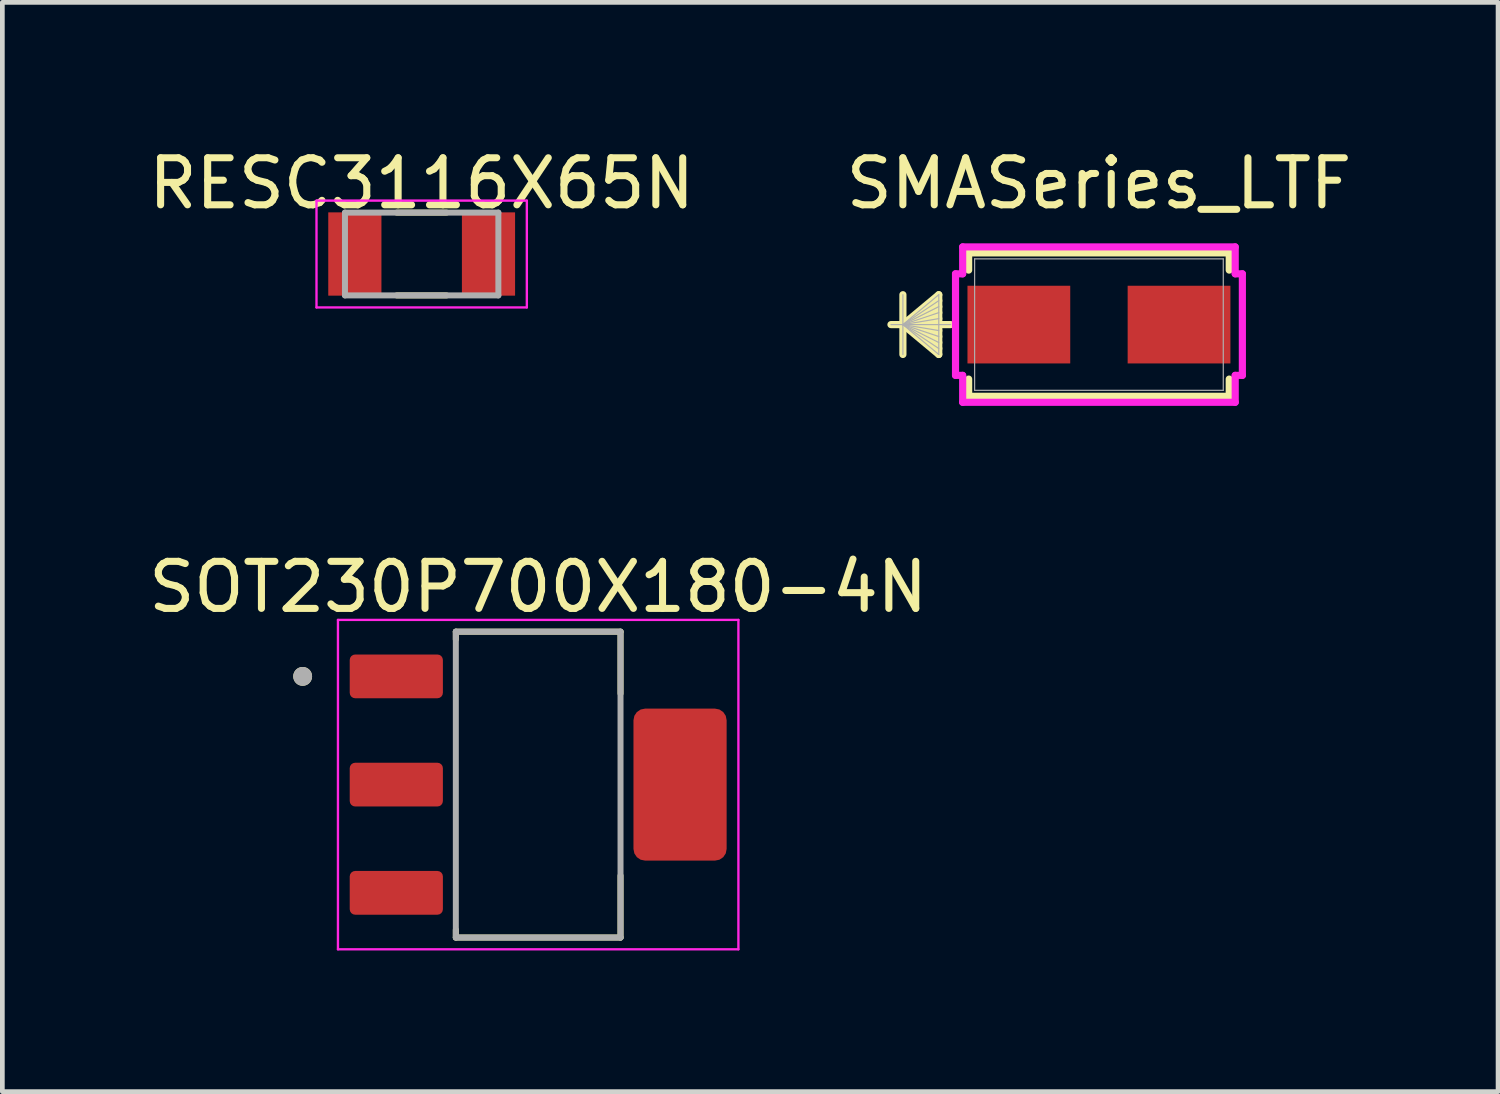
<source format=kicad_pcb>
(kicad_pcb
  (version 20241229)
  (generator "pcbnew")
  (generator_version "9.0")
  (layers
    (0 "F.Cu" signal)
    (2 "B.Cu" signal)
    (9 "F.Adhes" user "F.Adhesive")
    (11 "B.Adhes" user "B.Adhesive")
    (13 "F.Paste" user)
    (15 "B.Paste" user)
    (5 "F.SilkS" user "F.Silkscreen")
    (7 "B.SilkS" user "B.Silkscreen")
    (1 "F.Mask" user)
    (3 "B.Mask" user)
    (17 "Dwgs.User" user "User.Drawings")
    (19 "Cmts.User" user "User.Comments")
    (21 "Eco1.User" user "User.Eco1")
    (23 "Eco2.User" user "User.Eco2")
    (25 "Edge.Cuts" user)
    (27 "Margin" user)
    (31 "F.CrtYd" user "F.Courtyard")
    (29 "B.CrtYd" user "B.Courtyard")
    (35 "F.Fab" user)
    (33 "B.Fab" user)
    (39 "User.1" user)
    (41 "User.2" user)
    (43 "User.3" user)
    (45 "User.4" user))
  (footprint "SOT230P700X180-4N"
    (layer "F.Cu")
    (at 8.387 13.624)
    (property "Reference" "SOT230P700X180-4N" (at 0 -4.2 0) (layer "F.SilkS") (effects (font (size 1 1) (thickness 0.15))))
    (attr smd)
    (fp_line (start -1.75 -3.25) (end -1.75 -3.085) (stroke (width 0.127) (type solid)) (layer "F.SilkS"))
    (fp_line (start -1.75 3.25) (end -1.75 3.085) (stroke (width 0.127) (type solid)) (layer "F.SilkS"))
    (fp_line (start -1.75 3.25) (end 1.75 3.25) (stroke (width 0.127) (type solid)) (layer "F.SilkS"))
    (fp_line (start 1.75 -3.25) (end -1.75 -3.25) (stroke (width 0.127) (type solid)) (layer "F.SilkS"))
    (fp_line (start 1.75 -1.935) (end 1.75 -3.25) (stroke (width 0.127) (type solid)) (layer "F.SilkS"))
    (fp_line (start 1.75 3.25) (end 1.75 1.935) (stroke (width 0.127) (type solid)) (layer "F.SilkS"))
    (fp_circle (center -5.005 -2.3) (end -4.905 -2.3) (stroke (width 0.2) (type solid)) (fill no) (layer "F.SilkS"))
    (fp_line (start -4.255 -3.5) (end -4.255 3.5) (stroke (width 0.05) (type solid)) (layer "F.CrtYd"))
    (fp_line (start -4.255 3.5) (end 4.255 3.5) (stroke (width 0.05) (type solid)) (layer "F.CrtYd"))
    (fp_line (start 4.255 -3.5) (end -4.255 -3.5) (stroke (width 0.05) (type solid)) (layer "F.CrtYd"))
    (fp_line (start 4.255 3.5) (end 4.255 -3.5) (stroke (width 0.05) (type solid)) (layer "F.CrtYd"))
    (fp_line (start -1.75 -3.25) (end -1.75 3.25) (stroke (width 0.127) (type solid)) (layer "F.Fab"))
    (fp_line (start -1.75 3.25) (end 1.75 3.25) (stroke (width 0.127) (type solid)) (layer "F.Fab"))
    (fp_line (start 1.75 -3.25) (end -1.75 -3.25) (stroke (width 0.127) (type solid)) (layer "F.Fab"))
    (fp_line (start 1.75 3.25) (end 1.75 -3.25) (stroke (width 0.127) (type solid)) (layer "F.Fab"))
    (fp_circle (center -5.005 -2.3) (end -4.905 -2.3) (stroke (width 0.2) (type solid)) (fill no) (layer "F.Fab"))
    (pad "1" smd roundrect (at -3.015 -2.3) (size 1.98 0.93) (layers "F.Cu" "F.Mask" "F.Paste") (roundrect_rratio 0.125))
    (pad "2" smd roundrect (at -3.015 0) (size 1.98 0.93) (layers "F.Cu" "F.Mask" "F.Paste") (roundrect_rratio 0.125))
    (pad "3" smd roundrect (at -3.015 2.3) (size 1.98 0.93) (layers "F.Cu" "F.Mask" "F.Paste") (roundrect_rratio 0.125))
    (pad "4" smd roundrect (at 3.015 0) (size 1.98 3.23) (layers "F.Cu" "F.Mask" "F.Paste") (roundrect_rratio 0.125)))
  (footprint "RESC3116X65N"
    (layer "F.Cu")
    (at 5.911 2.348)
    (property "Reference" "RESC3116X65N" (at 0 -1.5 0) (layer "F.SilkS") (effects (font (size 1 1) (thickness 0.15))))
    (attr smd)
    (fp_line (start -0.53 -0.88) (end 0.53 -0.88) (stroke (width 0.127) (type solid)) (layer "F.SilkS"))
    (fp_line (start -0.53 0.88) (end 0.53 0.88) (stroke (width 0.127) (type solid)) (layer "F.SilkS"))
    (fp_line (start -2.235 -1.135) (end 2.235 -1.135) (stroke (width 0.05) (type solid)) (layer "F.CrtYd"))
    (fp_line (start -2.235 1.135) (end -2.235 -1.135) (stroke (width 0.05) (type solid)) (layer "F.CrtYd"))
    (fp_line (start -2.235 1.135) (end 2.235 1.135) (stroke (width 0.05) (type solid)) (layer "F.CrtYd"))
    (fp_line (start 2.235 1.135) (end 2.235 -1.135) (stroke (width 0.05) (type solid)) (layer "F.CrtYd"))
    (fp_line (start -1.63 0.88) (end -1.63 -0.88) (stroke (width 0.127) (type solid)) (layer "F.Fab"))
    (fp_line (start 1.63 -0.88) (end -1.63 -0.88) (stroke (width 0.127) (type solid)) (layer "F.Fab"))
    (fp_line (start 1.63 0.88) (end -1.63 0.88) (stroke (width 0.127) (type solid)) (layer "F.Fab"))
    (fp_line (start 1.63 0.88) (end 1.63 -0.88) (stroke (width 0.127) (type solid)) (layer "F.Fab"))
    (pad "1" smd rect (at -1.42 0) (size 1.13 1.77) (layers "F.Cu" "F.Mask" "F.Paste"))
    (pad "2" smd rect (at 1.42 0) (size 1.13 1.77) (layers "F.Cu" "F.Mask" "F.Paste")))
  (footprint "SMASeries_LTF"
    (layer "F.Cu")
    (at 20.304 3.848)
    (property "Reference" "SMASeries_LTF" (at 0 -3 0) (unlocked yes) (layer "F.SilkS") (effects (font (size 1 1) (thickness 0.15))))
    (attr smd)
    (fp_line (start -4.166 -0.635) (end -4.166 0.635) (stroke (width 0.152) (type solid)) (layer "F.SilkS"))
    (fp_line (start -4.166 0) (end -3.404 -0.635) (stroke (width 0.152) (type solid)) (layer "F.SilkS"))
    (fp_line (start -4.166 0) (end -3.404 -0.508) (stroke (width 0.152) (type solid)) (layer "F.SilkS"))
    (fp_line (start -4.166 0) (end -3.404 -0.381) (stroke (width 0.152) (type solid)) (layer "F.SilkS"))
    (fp_line (start -4.166 0) (end -3.404 -0.254) (stroke (width 0.152) (type solid)) (layer "F.SilkS"))
    (fp_line (start -4.166 0) (end -3.404 -0.127) (stroke (width 0.152) (type solid)) (layer "F.SilkS"))
    (fp_line (start -4.166 0) (end -3.404 0.127) (stroke (width 0.152) (type solid)) (layer "F.SilkS"))
    (fp_line (start -4.166 0) (end -3.404 0.254) (stroke (width 0.152) (type solid)) (layer "F.SilkS"))
    (fp_line (start -4.166 0) (end -3.404 0.381) (stroke (width 0.152) (type solid)) (layer "F.SilkS"))
    (fp_line (start -4.166 0) (end -3.404 0.508) (stroke (width 0.152) (type solid)) (layer "F.SilkS"))
    (fp_line (start -4.166 0) (end -3.404 0.635) (stroke (width 0.152) (type solid)) (layer "F.SilkS"))
    (fp_line (start -3.404 -0.635) (end -3.404 0.635) (stroke (width 0.152) (type solid)) (layer "F.SilkS"))
    (fp_line (start -3.15 0) (end -4.42 0) (stroke (width 0.152) (type solid)) (layer "F.SilkS"))
    (fp_line (start -2.769 -1.524) (end -2.769 -1.158) (stroke (width 0.152) (type solid)) (layer "F.SilkS"))
    (fp_line (start -2.769 1.158) (end -2.769 1.524) (stroke (width 0.152) (type solid)) (layer "F.SilkS"))
    (fp_line (start -2.769 1.524) (end 2.769 1.524) (stroke (width 0.152) (type solid)) (layer "F.SilkS"))
    (fp_line (start 2.769 -1.524) (end -2.769 -1.524) (stroke (width 0.152) (type solid)) (layer "F.SilkS"))
    (fp_line (start 2.769 -1.158) (end 2.769 -1.524) (stroke (width 0.152) (type solid)) (layer "F.SilkS"))
    (fp_line (start 2.769 1.524) (end 2.769 1.158) (stroke (width 0.152) (type solid)) (layer "F.SilkS"))
    (fp_line (start -3.048 -1.079) (end -2.896 -1.079) (stroke (width 0.152) (type solid)) (layer "F.CrtYd"))
    (fp_line (start -3.048 1.079) (end -3.048 -1.079) (stroke (width 0.152) (type solid)) (layer "F.CrtYd"))
    (fp_line (start -2.896 -1.651) (end 2.896 -1.651) (stroke (width 0.152) (type solid)) (layer "F.CrtYd"))
    (fp_line (start -2.896 -1.079) (end -2.896 -1.651) (stroke (width 0.152) (type solid)) (layer "F.CrtYd"))
    (fp_line (start -2.896 1.079) (end -3.048 1.079) (stroke (width 0.152) (type solid)) (layer "F.CrtYd"))
    (fp_line (start -2.896 1.651) (end -2.896 1.079) (stroke (width 0.152) (type solid)) (layer "F.CrtYd"))
    (fp_line (start 2.896 -1.651) (end 2.896 -1.079) (stroke (width 0.152) (type solid)) (layer "F.CrtYd"))
    (fp_line (start 2.896 -1.079) (end 3.048 -1.079) (stroke (width 0.152) (type solid)) (layer "F.CrtYd"))
    (fp_line (start 2.896 1.079) (end 2.896 1.651) (stroke (width 0.152) (type solid)) (layer "F.CrtYd"))
    (fp_line (start 2.896 1.651) (end -2.896 1.651) (stroke (width 0.152) (type solid)) (layer "F.CrtYd"))
    (fp_line (start 3.048 -1.079) (end 3.048 1.079) (stroke (width 0.152) (type solid)) (layer "F.CrtYd"))
    (fp_line (start 3.048 1.079) (end 2.896 1.079) (stroke (width 0.152) (type solid)) (layer "F.CrtYd"))
    (fp_line (start -4.166 -0.635) (end -4.166 0.635) (stroke (width 0.025) (type solid)) (layer "F.Fab"))
    (fp_line (start -4.166 0) (end -3.404 -0.635) (stroke (width 0.025) (type solid)) (layer "F.Fab"))
    (fp_line (start -4.166 0) (end -3.404 -0.508) (stroke (width 0.025) (type solid)) (layer "F.Fab"))
    (fp_line (start -4.166 0) (end -3.404 -0.381) (stroke (width 0.025) (type solid)) (layer "F.Fab"))
    (fp_line (start -4.166 0) (end -3.404 -0.254) (stroke (width 0.025) (type solid)) (layer "F.Fab"))
    (fp_line (start -4.166 0) (end -3.404 -0.127) (stroke (width 0.025) (type solid)) (layer "F.Fab"))
    (fp_line (start -4.166 0) (end -3.404 0.127) (stroke (width 0.025) (type solid)) (layer "F.Fab"))
    (fp_line (start -4.166 0) (end -3.404 0.254) (stroke (width 0.025) (type solid)) (layer "F.Fab"))
    (fp_line (start -4.166 0) (end -3.404 0.381) (stroke (width 0.025) (type solid)) (layer "F.Fab"))
    (fp_line (start -4.166 0) (end -3.404 0.508) (stroke (width 0.025) (type solid)) (layer "F.Fab"))
    (fp_line (start -4.166 0) (end -3.404 0.635) (stroke (width 0.025) (type solid)) (layer "F.Fab"))
    (fp_line (start -3.404 -0.635) (end -3.404 0.635) (stroke (width 0.025) (type solid)) (layer "F.Fab"))
    (fp_line (start -3.15 0) (end -4.42 0) (stroke (width 0.025) (type solid)) (layer "F.Fab"))
    (fp_line (start -2.642 -1.397) (end -2.642 1.397) (stroke (width 0.025) (type solid)) (layer "F.Fab"))
    (fp_line (start -2.642 1.397) (end 2.642 1.397) (stroke (width 0.025) (type solid)) (layer "F.Fab"))
    (fp_line (start 2.642 -1.397) (end -2.642 -1.397) (stroke (width 0.025) (type solid)) (layer "F.Fab"))
    (fp_line (start 2.642 1.397) (end 2.642 -1.397) (stroke (width 0.025) (type solid)) (layer "F.Fab"))
    (pad "1" smd rect (at -1.702 0 90) (size 1.651 2.184) (layers "F.Cu" "F.Mask" "F.Paste"))
    (pad "2" smd rect (at 1.702 0 90) (size 1.651 2.184) (layers "F.Cu" "F.Mask" "F.Paste"))
    (zone (net_name "") (layer "F.Cu") (hatch full 0.508) (connect_pads) (min_thickness 0.254) (filled_areas_thickness no) (keepout (tracks not_allowed) (vias not_allowed) (pads allowed) (copperpour not_allowed) (footprints allowed)) (placement (enabled no)) (fill) (polygon (pts (xy 17.713 2.502) (xy 22.894 2.502) (xy 22.894 2.972) (xy 17.713 2.972))))
    (zone (net_name "") (layer "F.Cu") (hatch full 0.508) (connect_pads) (min_thickness 0.254) (filled_areas_thickness no) (keepout (tracks not_allowed) (vias not_allowed) (pads allowed) (copperpour not_allowed) (footprints allowed)) (placement (enabled no)) (fill) (polygon (pts (xy 17.713 4.725) (xy 22.894 4.725) (xy 22.894 5.194) (xy 17.713 5.194))))
    (zone (net_name "") (layer "F.Cu") (hatch full 0.508) (connect_pads) (min_thickness 0.254) (filled_areas_thickness no) (keepout (tracks not_allowed) (vias not_allowed) (pads allowed) (copperpour not_allowed) (footprints allowed)) (placement (enabled no)) (fill) (polygon (pts (xy 19.745 2.972) (xy 20.862 2.972) (xy 20.862 4.725) (xy 19.745 4.725)))))
  (gr_rect
    (start -3 -3)
    (end 28.786 20.149)
    (stroke (width 0.1) (type default))
    (fill no)
    (layer "Edge.Cuts")))
</source>
